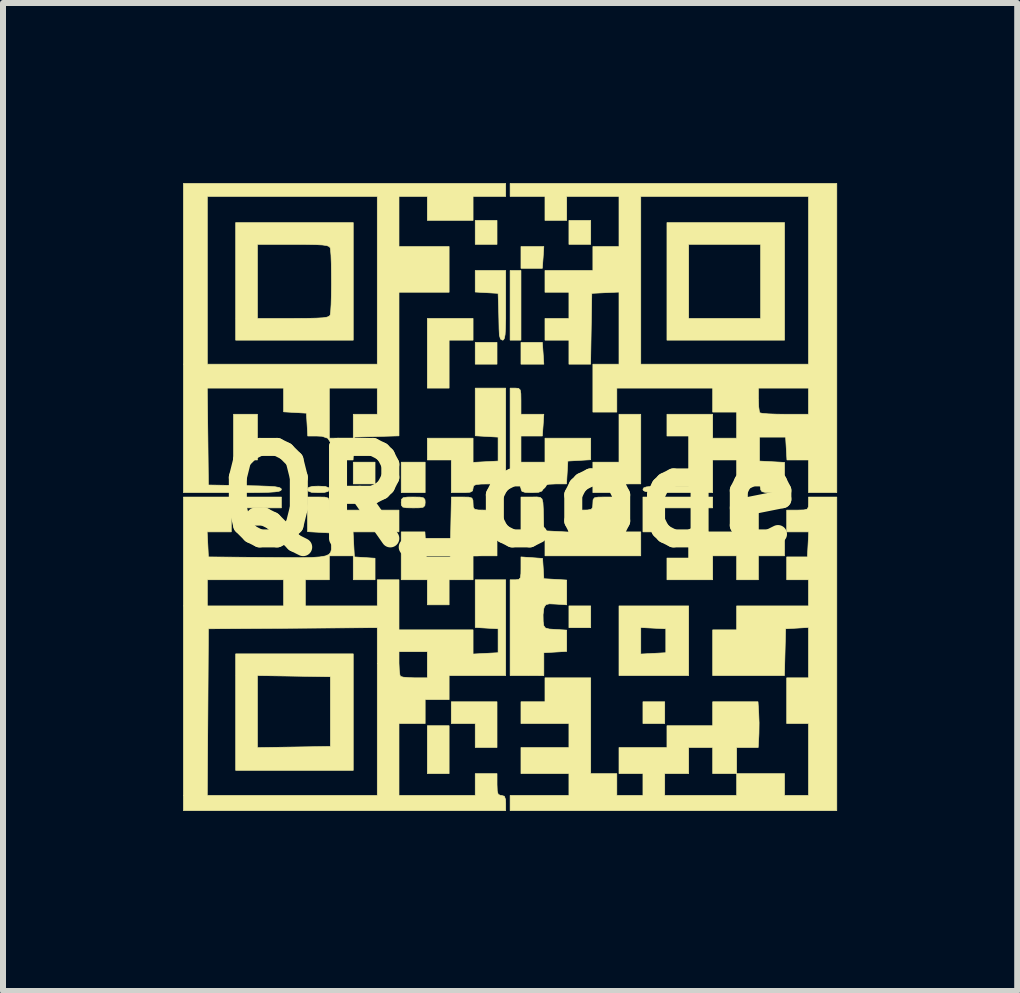
<source format=kicad_pcb>
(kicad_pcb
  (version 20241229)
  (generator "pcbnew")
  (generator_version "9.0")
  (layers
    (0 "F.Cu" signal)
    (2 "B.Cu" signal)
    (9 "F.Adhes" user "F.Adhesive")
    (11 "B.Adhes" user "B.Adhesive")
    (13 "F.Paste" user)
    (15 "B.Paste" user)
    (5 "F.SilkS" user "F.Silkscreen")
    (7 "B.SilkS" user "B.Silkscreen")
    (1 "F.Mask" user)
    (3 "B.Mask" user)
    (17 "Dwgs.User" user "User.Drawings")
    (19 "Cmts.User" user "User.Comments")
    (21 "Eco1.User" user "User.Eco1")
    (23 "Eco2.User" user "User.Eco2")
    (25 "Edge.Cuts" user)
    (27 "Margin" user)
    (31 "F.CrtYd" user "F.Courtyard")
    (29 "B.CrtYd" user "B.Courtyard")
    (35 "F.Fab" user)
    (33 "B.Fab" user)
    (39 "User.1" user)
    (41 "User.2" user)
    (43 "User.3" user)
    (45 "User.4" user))
  (footprint "QR_code"
    (layer "F.Cu")
    (at 5.448 5.23)
    (property "Reference" "QR_code" (at 0 0 0) (layer "F.SilkS") (effects (font (size 1.524 1.524) (thickness 0.3))))
    (attr through_hole)
    (fp_poly (pts (xy -4.209 -0.617) (xy -4.608 -0.617) (xy -4.608 -1.379) (xy -4.209 -1.379)) (stroke (width 0.01) (type solid)) (fill yes) (layer "F.SilkS"))
    (fp_poly (pts (xy -2.25 -0.218) (xy -2.613 -0.218) (xy -2.613 -0.581) (xy -2.25 -0.581)) (stroke (width 0.01) (type solid)) (fill yes) (layer "F.SilkS"))
    (fp_poly (pts (xy -1.415 -0.073) (xy -1.814 -0.073) (xy -1.814 -0.581) (xy -1.415 -0.581)) (stroke (width 0.01) (type solid)) (fill yes) (layer "F.SilkS"))
    (fp_poly (pts (xy -1.016 4.608) (xy -1.379 4.608) (xy -1.379 3.81) (xy -1.016 3.81)) (stroke (width 0.01) (type solid)) (fill yes) (layer "F.SilkS"))
    (fp_poly (pts (xy -0.218 -4.209) (xy -0.581 -4.209) (xy -0.581 -4.608) (xy -0.218 -4.608)) (stroke (width 0.01) (type solid)) (fill yes) (layer "F.SilkS"))
    (fp_poly (pts (xy -0.218 -2.213) (xy -0.581 -2.213) (xy -0.581 -2.576) (xy -0.218 -2.576)) (stroke (width 0.01) (type solid)) (fill yes) (layer "F.SilkS"))
    (fp_poly (pts (xy 0.181 -2.613) (xy 0 -2.613) (xy 0 -3.774) (xy 0.181 -3.774)) (stroke (width 0.01) (type solid)) (fill yes) (layer "F.SilkS"))
    (fp_poly (pts (xy 1.343 -4.209) (xy 0.98 -4.209) (xy 0.98 -4.608) (xy 1.343 -4.608)) (stroke (width 0.01) (type solid)) (fill yes) (layer "F.SilkS"))
    (fp_poly (pts (xy 1.343 2.177) (xy 0.98 2.177) (xy 0.98 1.814) (xy 1.343 1.814)) (stroke (width 0.01) (type solid)) (fill yes) (layer "F.SilkS"))
    (fp_poly (pts (xy 2.576 3.774) (xy 2.213 3.774) (xy 2.213 3.411) (xy 2.576 3.411)) (stroke (width 0.01) (type solid)) (fill yes) (layer "F.SilkS"))
    (fp_poly (pts (xy -0.617 -2.613) (xy -1.016 -2.613) (xy -1.016 -1.814) (xy -1.379 -1.814) (xy -1.379 -2.975) (xy -0.617 -2.975)) (stroke (width 0.01) (type solid)) (fill yes) (layer "F.SilkS"))
    (fp_poly (pts (xy -0.218 4.173) (xy -0.581 4.173) (xy -0.581 3.774) (xy -0.98 3.774) (xy -0.98 3.411) (xy -0.218 3.411)) (stroke (width 0.01) (type solid)) (fill yes) (layer "F.SilkS"))
    (fp_poly (pts (xy 0.55 -3.991) (xy 0.537 -3.81) (xy 0.181 -3.81) (xy 0.181 -4.173) (xy 0.372 -4.173) (xy 0.562 -4.173)) (stroke (width 0.01) (type solid)) (fill yes) (layer "F.SilkS"))
    (fp_poly (pts (xy 0.55 -2.395) (xy 0.562 -2.213) (xy 0.372 -2.213) (xy 0.181 -2.213) (xy 0.181 -2.576) (xy 0.537 -2.576)) (stroke (width 0.01) (type solid)) (fill yes) (layer "F.SilkS"))
    (fp_poly (pts (xy 3.375 0.181) (xy 2.576 0.181) (xy 2.576 0.581) (xy 2.213 0.581) (xy 2.213 0) (xy 3.375 0)) (stroke (width 0.01) (type solid)) (fill yes) (layer "F.SilkS"))
    (fp_poly (pts (xy 2.975 2.975) (xy 1.814 2.975) (xy 1.814 2.616) (xy 2.177 2.616) (xy 2.594 2.594) (xy 2.594 2.195) (xy 2.177 2.174) (xy 2.177 2.616) (xy 1.814 2.616) (xy 1.814 1.814) (xy 2.975 1.814)) (stroke (width 0.01) (type solid)) (fill yes) (layer "F.SilkS"))
    (fp_poly (pts (xy 4.572 -2.613) (xy 2.613 -2.613) (xy 2.613 -4.209) (xy 2.975 -4.209) (xy 2.975 -2.975) (xy 4.173 -2.975) (xy 4.173 -4.209) (xy 2.975 -4.209) (xy 2.613 -4.209) (xy 2.613 -4.572) (xy 4.572 -4.572)) (stroke (width 0.01) (type solid)) (fill yes) (layer "F.SilkS"))
    (fp_poly (pts (xy -3.079 -0.176) (xy -3.023 -0.155) (xy -3.012 -0.127) (xy -3.031 -0.093) (xy -3.098 -0.076) (xy -3.193 -0.073) (xy -3.307 -0.078) (xy -3.363 -0.099) (xy -3.375 -0.127) (xy -3.355 -0.161) (xy -3.288 -0.178) (xy -3.193 -0.181)) (stroke (width 0.01) (type solid)) (fill yes) (layer "F.SilkS"))
    (fp_poly (pts (xy -2.613 4.554) (xy -4.572 4.554) (xy -4.572 4.175) (xy -4.209 4.175) (xy -3.601 4.165) (xy -2.994 4.155) (xy -2.994 2.994) (xy -3.601 2.984) (xy -4.209 2.974) (xy -4.209 4.175) (xy -4.572 4.175) (xy -4.572 2.613) (xy -2.613 2.613)) (stroke (width 0.01) (type solid)) (fill yes) (layer "F.SilkS"))
    (fp_poly (pts (xy 2.177 -0.218) (xy 1.978 -0.218) (xy 1.862 -0.215) (xy 1.802 -0.201) (xy 1.78 -0.171) (xy 1.778 -0.145) (xy 1.769 -0.103) (xy 1.732 -0.081) (xy 1.648 -0.073) (xy 1.578 -0.073) (xy 1.379 -0.073) (xy 1.379 -0.581) (xy 1.814 -0.581) (xy 1.814 -1.379) (xy 2.177 -1.379)) (stroke (width 0.01) (type solid)) (fill yes) (layer "F.SilkS"))
    (fp_poly (pts (xy -1.5 0.002) (xy -1.441 0.015) (xy -1.418 0.045) (xy -1.415 0.091) (xy -1.42 0.143) (xy -1.448 0.17) (xy -1.515 0.18) (xy -1.615 0.181) (xy -1.729 0.179) (xy -1.789 0.167) (xy -1.811 0.136) (xy -1.814 0.091) (xy -1.809 0.039) (xy -1.782 0.012) (xy -1.714 0.001) (xy -1.615 0)) (stroke (width 0.01) (type solid)) (fill yes) (layer "F.SilkS"))
    (fp_poly (pts (xy 4.137 0.581) (xy 4.572 0.581) (xy 4.572 0.98) (xy 4.137 0.98) (xy 4.137 1.379) (xy 3.774 1.379) (xy 3.774 0.98) (xy 3.375 0.98) (xy 3.375 1.379) (xy 2.613 1.379) (xy 2.613 1.016) (xy 2.975 1.016) (xy 2.975 0.581) (xy 3.774 0.581) (xy 3.774 0.218) (xy 4.137 0.218)) (stroke (width 0.01) (type solid)) (fill yes) (layer "F.SilkS"))
    (fp_poly (pts (xy 4.487 0.002) (xy 4.546 0.015) (xy 4.569 0.045) (xy 4.572 0.091) (xy 4.567 0.143) (xy 4.539 0.17) (xy 4.472 0.18) (xy 4.372 0.181) (xy 4.258 0.179) (xy 4.199 0.167) (xy 4.176 0.136) (xy 4.173 0.091) (xy 4.178 0.039) (xy 4.205 0.012) (xy 4.273 0.001) (xy 4.372 0)) (stroke (width 0.01) (type solid)) (fill yes) (layer "F.SilkS"))
    (fp_poly (pts (xy -0.073 -3.193) (xy -0.073 -2.972) (xy -0.077 -2.814) (xy -0.083 -2.709) (xy -0.094 -2.647) (xy -0.11 -2.618) (xy -0.127 -2.613) (xy -0.161 -2.632) (xy -0.179 -2.699) (xy -0.184 -2.803) (xy -0.187 -2.96) (xy -0.191 -3.131) (xy -0.193 -3.193) (xy -0.2 -3.393) (xy -0.39 -3.404) (xy -0.581 -3.415) (xy -0.581 -3.774) (xy -0.073 -3.774)) (stroke (width 0.01) (type solid)) (fill yes) (layer "F.SilkS"))
    (fp_poly (pts (xy -0.073 -0.218) (xy -0.345 -0.218) (xy -0.484 -0.216) (xy -0.565 -0.208) (xy -0.605 -0.19) (xy -0.616 -0.158) (xy -0.617 -0.145) (xy -0.626 -0.102) (xy -0.667 -0.08) (xy -0.756 -0.073) (xy -0.798 -0.073) (xy -0.98 -0.073) (xy -0.98 -0.617) (xy -1.379 -0.617) (xy -1.379 -0.98) (xy -0.617 -0.98) (xy -0.617 -0.577) (xy -0.408 -0.588) (xy -0.2 -0.599) (xy -0.2 -0.998) (xy -0.39 -1.009) (xy -0.581 -1.02) (xy -0.581 -1.814) (xy -0.073 -1.814)) (stroke (width 0.01) (type solid)) (fill yes) (layer "F.SilkS"))
    (fp_poly (pts (xy -0.69 0.002) (xy -0.637 0.017) (xy -0.619 0.056) (xy -0.617 0.109) (xy -0.614 0.171) (xy -0.592 0.203) (xy -0.533 0.216) (xy -0.42 0.218) (xy -0.218 0.218) (xy -0.218 0.98) (xy -0.617 0.98) (xy -0.617 1.379) (xy -1.016 1.379) (xy -1.016 1.796) (xy -1.379 1.796) (xy -1.379 1.379) (xy -1.814 1.379) (xy -1.814 0.581) (xy -1.419 0.581) (xy -1.408 0.789) (xy -1.397 0.998) (xy -0.998 0.998) (xy -0.988 0.499) (xy -0.978 0) (xy -0.797 0)) (stroke (width 0.01) (type solid)) (fill yes) (layer "F.SilkS"))
    (fp_poly (pts (xy 0.501 0.006) (xy 0.532 0.033) (xy 0.547 0.094) (xy 0.553 0.202) (xy 0.557 0.363) (xy 0.562 0.562) (xy 0.98 0.584) (xy 0.98 0.218) (xy 1.179 0.218) (xy 1.293 0.216) (xy 1.353 0.204) (xy 1.375 0.172) (xy 1.379 0.111) (xy 1.379 0.109) (xy 1.382 0.047) (xy 1.404 0.014) (xy 1.463 0.002) (xy 1.575 0) (xy 1.778 0) (xy 1.778 0.581) (xy 2.177 0.581) (xy 2.177 0.98) (xy 0.581 0.98) (xy 0.581 0.581) (xy 0.181 0.581) (xy 0.181 0) (xy 0.363 0) (xy 0.447 -0.001)) (stroke (width 0.01) (type solid)) (fill yes) (layer "F.SilkS"))
    (fp_poly (pts (xy -2.613 -2.613) (xy -4.572 -2.613) (xy -4.572 -4.209) (xy -4.209 -4.209) (xy -4.209 -2.975) (xy -3.614 -2.975) (xy -3.39 -2.976) (xy -3.228 -2.98) (xy -3.117 -2.986) (xy -3.049 -2.997) (xy -3.012 -3.013) (xy -2.997 -3.033) (xy -2.989 -3.092) (xy -2.982 -3.208) (xy -2.978 -3.362) (xy -2.976 -3.538) (xy -2.977 -3.719) (xy -2.979 -3.888) (xy -2.984 -4.028) (xy -2.992 -4.123) (xy -2.997 -4.152) (xy -3.015 -4.173) (xy -3.055 -4.189) (xy -3.127 -4.199) (xy -3.242 -4.205) (xy -3.411 -4.208) (xy -3.614 -4.209) (xy -4.209 -4.209) (xy -4.572 -4.209) (xy -4.572 -4.572) (xy -2.613 -4.572)) (stroke (width 0.01) (type solid)) (fill yes) (layer "F.SilkS"))
    (fp_poly (pts (xy 0.541 1.023) (xy 0.552 1.192) (xy 0.562 1.361) (xy 0.753 1.372) (xy 0.943 1.383) (xy 0.943 1.589) (xy 0.943 1.796) (xy 0.764 1.784) (xy 0.655 1.779) (xy 0.598 1.792) (xy 0.571 1.829) (xy 0.561 1.86) (xy 0.549 1.961) (xy 0.551 2.072) (xy 0.561 2.144) (xy 0.588 2.182) (xy 0.65 2.199) (xy 0.753 2.206) (xy 0.943 2.217) (xy 0.943 2.572) (xy 0.753 2.583) (xy 0.562 2.594) (xy 0.562 2.976) (xy 0.281 2.975) (xy 0 2.975) (xy 0 1.379) (xy 0.091 1.379) (xy 0.144 1.373) (xy 0.171 1.345) (xy 0.18 1.275) (xy 0.181 1.188) (xy 0.181 0.998)) (stroke (width 0.01) (type solid)) (fill yes) (layer "F.SilkS"))
    (fp_poly (pts (xy 0.141 -1.81) (xy 0.168 -1.784) (xy 0.179 -1.722) (xy 0.181 -1.604) (xy 0.181 -1.597) (xy 0.181 -1.379) (xy 0.372 -1.379) (xy 0.562 -1.379) (xy 0.55 -1.197) (xy 0.537 -1.016) (xy 0.181 -1.016) (xy 0.181 -0.581) (xy 0.581 -0.581) (xy 0.581 -0.98) (xy 1.343 -0.98) (xy 1.343 -0.621) (xy 1.152 -0.61) (xy 0.962 -0.599) (xy 0.951 -0.408) (xy 0.94 -0.218) (xy 0.757 -0.218) (xy 0.644 -0.213) (xy 0.584 -0.194) (xy 0.557 -0.153) (xy 0.555 -0.145) (xy 0.53 -0.1) (xy 0.475 -0.079) (xy 0.368 -0.073) (xy 0.359 -0.073) (xy 0.251 -0.077) (xy 0.198 -0.094) (xy 0.182 -0.131) (xy 0.181 -0.145) (xy 0.16 -0.202) (xy 0.091 -0.218) (xy 0 -0.218) (xy 0 -1.814) (xy 0.091 -1.814)) (stroke (width 0.01) (type solid)) (fill yes) (layer "F.SilkS"))
    (fp_poly (pts (xy -0.073 -5.007) (xy -0.617 -5.007) (xy -0.617 -4.608) (xy -1.379 -4.608) (xy -1.379 -5.007) (xy -1.851 -5.007) (xy -1.851 -4.173) (xy -1.016 -4.173) (xy -1.016 -3.411) (xy -1.851 -3.411) (xy -1.851 -1.019) (xy -2.223 -1.008) (xy -2.594 -0.998) (xy -2.605 -0.807) (xy -2.616 -0.617) (xy -2.975 -0.617) (xy -2.975 -0.773) (xy -2.989 -0.904) (xy -3.037 -0.979) (xy -3.133 -1.012) (xy -3.217 -1.016) (xy -3.371 -1.016) (xy -3.393 -1.397) (xy -3.583 -1.408) (xy -3.774 -1.419) (xy -3.774 -1.814) (xy -3.012 -1.814) (xy -3.012 -0.98) (xy -2.613 -0.98) (xy -2.613 -1.379) (xy -2.213 -1.379) (xy -2.213 -1.814) (xy -3.012 -1.814) (xy -3.774 -1.814) (xy -5.045 -1.814) (xy -5.035 -1.007) (xy -5.026 -0.2) (xy -4.418 -0.19) (xy -4.19 -0.185) (xy -4.025 -0.179) (xy -3.915 -0.171) (xy -3.848 -0.159) (xy -3.817 -0.143) (xy -3.81 -0.126) (xy -3.819 -0.109) (xy -3.852 -0.095) (xy -3.916 -0.086) (xy -4.021 -0.079) (xy -4.174 -0.075) (xy -4.384 -0.073) (xy -4.626 -0.073) (xy -5.443 -0.073) (xy -5.443 -5.007) (xy -5.044 -5.007) (xy -5.044 -2.213) (xy -2.213 -2.213) (xy -2.213 -5.007) (xy -5.044 -5.007) (xy -5.443 -5.007) (xy -5.443 -5.225) (xy -0.073 -5.225)) (stroke (width 0.01) (type solid)) (fill yes) (layer "F.SilkS"))
    (fp_poly (pts (xy 5.443 5.225) (xy 0 5.225) (xy 0 4.971) (xy 0.98 4.971) (xy 0.98 4.608) (xy 0.181 4.608) (xy 0.181 4.173) (xy 0.98 4.173) (xy 0.98 3.774) (xy 0.181 3.774) (xy 0.181 3.411) (xy 0.581 3.411) (xy 0.581 3.012) (xy 1.343 3.012) (xy 1.343 4.608) (xy 1.778 4.608) (xy 1.778 4.971) (xy 2.213 4.971) (xy 2.213 4.608) (xy 2.576 4.608) (xy 2.576 4.971) (xy 3.774 4.971) (xy 3.774 4.608) (xy 3.375 4.608) (xy 3.375 4.173) (xy 2.975 4.173) (xy 2.975 4.608) (xy 2.576 4.608) (xy 2.213 4.608) (xy 1.814 4.608) (xy 1.814 4.173) (xy 2.613 4.173) (xy 2.613 3.81) (xy 3.375 3.81) (xy 3.375 3.411) (xy 4.13 3.411) (xy 4.142 3.601) (xy 4.148 3.761) (xy 4.146 3.931) (xy 4.144 3.982) (xy 4.133 4.173) (xy 3.774 4.173) (xy 3.774 4.608) (xy 4.572 4.608) (xy 4.572 4.971) (xy 4.971 4.971) (xy 4.971 3.774) (xy 4.608 3.774) (xy 4.608 3.012) (xy 4.971 3.012) (xy 4.971 2.173) (xy 4.781 2.184) (xy 4.59 2.195) (xy 4.58 2.585) (xy 4.57 2.975) (xy 3.375 2.975) (xy 3.375 2.213) (xy 3.774 2.213) (xy 3.774 1.814) (xy 4.971 1.814) (xy 4.971 1.379) (xy 4.608 1.379) (xy 4.608 1.188) (xy 4.608 0.998) (xy 4.953 0.998) (xy 4.964 0.789) (xy 4.975 0.581) (xy 4.608 0.581) (xy 4.608 0.218) (xy 4.79 0.218) (xy 4.897 0.215) (xy 4.951 0.201) (xy 4.969 0.163) (xy 4.971 0.109) (xy 4.971 0) (xy 5.443 0)) (stroke (width 0.01) (type solid)) (fill yes) (layer "F.SilkS"))
    (fp_poly (pts (xy 5.443 -0.073) (xy 4.971 -0.073) (xy 4.971 -0.617) (xy 4.612 -0.617) (xy 4.601 -0.807) (xy 4.59 -0.998) (xy 4.155 -0.998) (xy 4.155 -0.599) (xy 4.363 -0.588) (xy 4.572 -0.577) (xy 4.572 -0.073) (xy 4.372 -0.073) (xy 4.257 -0.076) (xy 4.197 -0.089) (xy 4.175 -0.12) (xy 4.173 -0.145) (xy 4.164 -0.187) (xy 4.127 -0.209) (xy 4.043 -0.217) (xy 3.973 -0.218) (xy 3.774 -0.218) (xy 3.774 -0.617) (xy 3.375 -0.617) (xy 3.375 -0.073) (xy 2.794 -0.073) (xy 2.573 -0.073) (xy 2.415 -0.077) (xy 2.31 -0.083) (xy 2.248 -0.094) (xy 2.219 -0.11) (xy 2.213 -0.127) (xy 2.225 -0.152) (xy 2.268 -0.168) (xy 2.354 -0.177) (xy 2.494 -0.181) (xy 2.594 -0.181) (xy 2.975 -0.181) (xy 2.975 -1.016) (xy 2.613 -1.016) (xy 2.613 -1.379) (xy 3.375 -1.379) (xy 3.375 -0.98) (xy 3.774 -0.98) (xy 3.774 -1.415) (xy 3.375 -1.415) (xy 3.375 -1.814) (xy 4.137 -1.814) (xy 4.137 -1.621) (xy 4.141 -1.508) (xy 4.152 -1.427) (xy 4.161 -1.403) (xy 4.205 -1.393) (xy 4.306 -1.385) (xy 4.447 -1.38) (xy 4.578 -1.379) (xy 4.971 -1.379) (xy 4.971 -1.814) (xy 4.137 -1.814) (xy 3.375 -1.814) (xy 1.778 -1.814) (xy 1.778 -1.415) (xy 1.379 -1.415) (xy 1.379 -2.213) (xy 1.814 -2.213) (xy 1.814 -3.414) (xy 1.587 -3.404) (xy 1.361 -3.393) (xy 1.351 -2.803) (xy 1.341 -2.213) (xy 0.98 -2.213) (xy 0.98 -2.613) (xy 0.581 -2.613) (xy 0.581 -2.975) (xy 0.98 -2.975) (xy 0.98 -3.411) (xy 0.581 -3.411) (xy 0.581 -3.774) (xy 1.379 -3.774) (xy 1.379 -4.173) (xy 1.814 -4.173) (xy 1.814 -5.007) (xy 2.177 -5.007) (xy 2.177 -2.213) (xy 4.971 -2.213) (xy 4.971 -5.007) (xy 2.177 -5.007) (xy 1.814 -5.007) (xy 0.943 -5.007) (xy 0.943 -4.608) (xy 0.581 -4.608) (xy 0.581 -5.007) (xy 0 -5.007) (xy 0 -5.225) (xy 5.443 -5.225)) (stroke (width 0.01) (type solid)) (fill yes) (layer "F.SilkS"))
    (fp_poly (pts (xy -3.81 0.181) (xy -4.645 0.181) (xy -4.645 0.581) (xy -5.047 0.581) (xy -5.036 0.789) (xy -5.026 0.998) (xy -4.041 1.007) (xy -3.733 1.009) (xy -3.491 1.01) (xy -3.306 1.007) (xy -3.17 0.998) (xy -3.077 0.982) (xy -3.019 0.957) (xy -2.989 0.92) (xy -2.977 0.872) (xy -2.978 0.808) (xy -2.982 0.756) (xy -2.994 0.599) (xy -3.375 0.577) (xy -3.375 0) (xy -3.193 0) (xy -3.086 0.002) (xy -3.032 0.017) (xy -3.014 0.055) (xy -3.012 0.109) (xy -3.012 0.218) (xy -1.851 0.218) (xy -1.851 0.581) (xy -2.616 0.581) (xy -2.605 0.789) (xy -2.594 0.998) (xy -2.25 1.02) (xy -2.25 1.379) (xy -2.613 1.379) (xy -2.613 0.98) (xy -3.012 0.98) (xy -3.012 1.379) (xy -3.411 1.379) (xy -3.411 1.814) (xy -2.213 1.814) (xy -2.213 1.379) (xy -1.851 1.379) (xy -1.851 2.213) (xy -0.617 2.213) (xy -0.617 2.616) (xy -0.408 2.605) (xy -0.2 2.594) (xy -0.2 2.195) (xy -0.39 2.184) (xy -0.581 2.173) (xy -0.581 1.379) (xy -0.073 1.379) (xy -0.073 2.975) (xy -1.016 2.975) (xy -1.016 3.375) (xy -1.415 3.375) (xy -1.415 3.774) (xy -1.851 3.774) (xy -1.851 4.971) (xy -0.581 4.971) (xy -0.581 4.608) (xy -0.218 4.608) (xy -0.218 4.79) (xy -0.214 4.899) (xy -0.198 4.953) (xy -0.162 4.97) (xy -0.145 4.971) (xy -0.095 4.985) (xy -0.075 5.041) (xy -0.073 5.098) (xy -0.073 5.225) (xy -5.443 5.225) (xy -5.443 4.971) (xy -5.045 4.971) (xy -2.213 4.971) (xy -2.213 2.576) (xy -1.851 2.576) (xy -1.851 2.77) (xy -1.846 2.883) (xy -1.836 2.964) (xy -1.826 2.988) (xy -1.78 3.001) (xy -1.684 3.009) (xy -1.591 3.012) (xy -1.379 3.012) (xy -1.379 2.576) (xy -1.851 2.576) (xy -2.213 2.576) (xy -2.213 2.176) (xy -3.619 2.186) (xy -5.026 2.195) (xy -5.035 3.583) (xy -5.045 4.971) (xy -5.443 4.971) (xy -5.443 1.379) (xy -5.044 1.379) (xy -5.044 1.814) (xy -3.774 1.814) (xy -3.774 1.379) (xy -5.044 1.379) (xy -5.443 1.379) (xy -5.443 0) (xy -3.81 0)) (stroke (width 0.01) (type solid)) (fill yes) (layer "F.SilkS")))
  (gr_rect
    (start -3 -3)
    (end 13.896 13.46)
    (stroke (width 0.1) (type default))
    (fill no)
    (layer "Edge.Cuts")))
</source>
